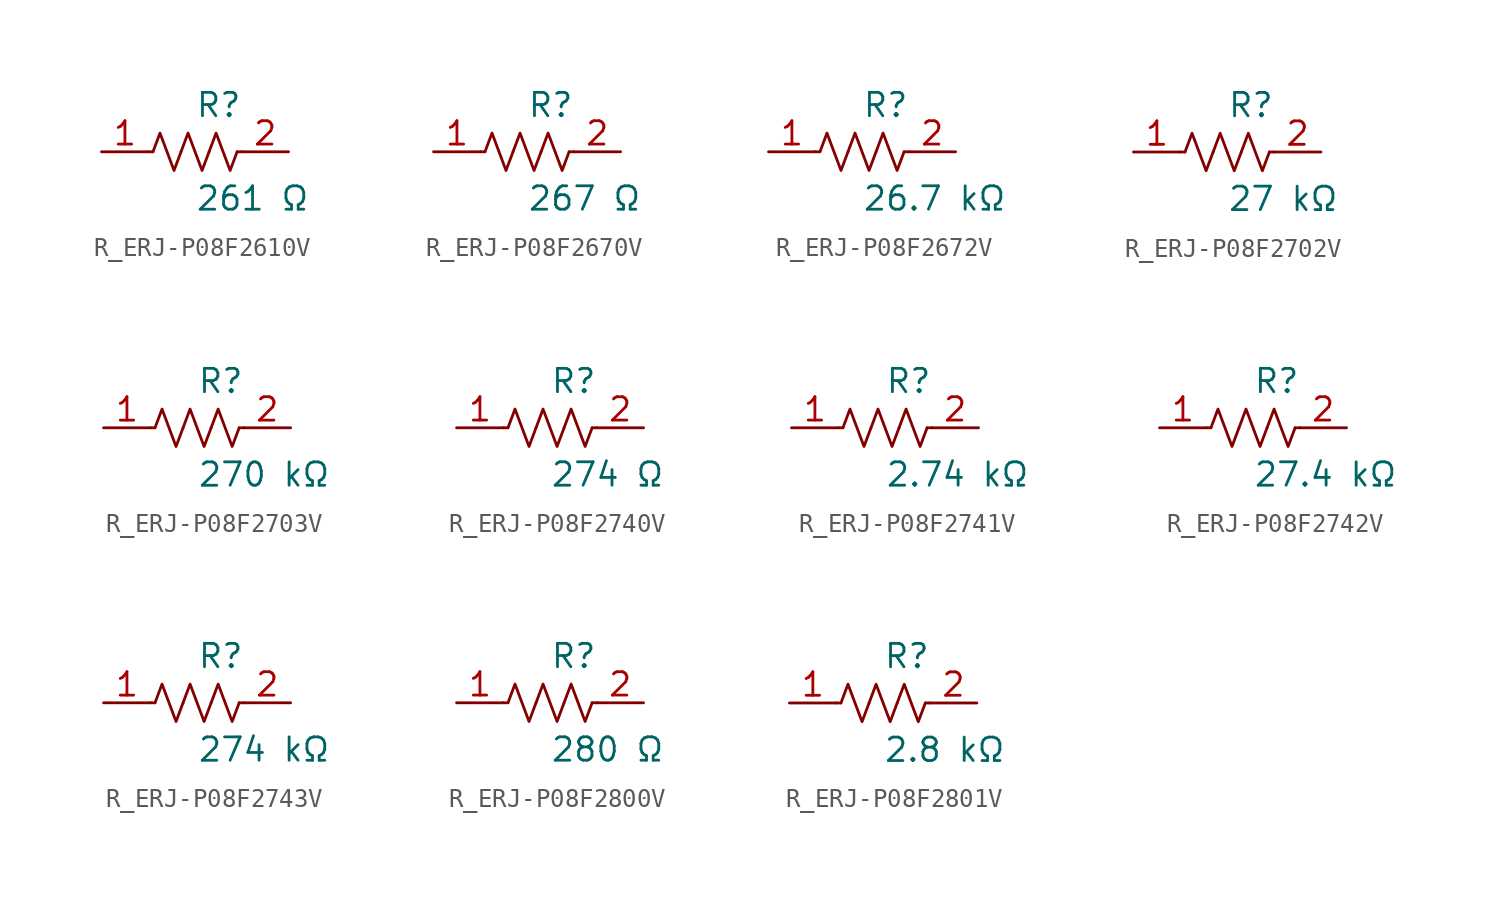
<source format=kicad_sym>
(kicad_symbol_lib
  (version 20231120)
  (generator kicad_symbol_editor)
  (generator_version 8.0)
  (symbol "R_ERJ-P08F2610V"
    (pin_names
      (offset 0.254))
    (property "Reference" "R"
      (at 0.0 2.54 0)
      (effects (font (size 1.27 1.27)) (justify left)))
    (property "Value" "261 Ω"
      (at 0.0 -2.54 0)
      (effects (font (size 1.27 1.27)) (justify left)))
    (symbol "R_ERJ-P08F2610V_0_1"
      (polyline (pts (xy 2.286 0) (xy 2.54 0)) (stroke (width 0) (type default)) (fill (type none)))
      (polyline (pts (xy -2.286 0) (xy -2.54 0)) (stroke (width 0) (type default)) (fill (type none)))
      (polyline (pts (xy 0.762 0) (xy 1.143 1.016) (xy 1.524 0) (xy 1.905 -1.016) (xy 2.286 0)) (stroke (width 0) (type default)) (fill (type none)))
      (polyline (pts (xy -0.762 0) (xy -0.381 1.016) (xy 0 0) (xy 0.381 -1.016) (xy 0.762 0)) (stroke (width 0) (type default)) (fill (type none)))
      (polyline (pts (xy -2.286 0) (xy -1.905 1.016) (xy -1.524 0) (xy -1.143 -1.016) (xy -0.762 0)) (stroke (width 0) (type default)) (fill (type none))))
    (pin unspecified line
      (at -5.08 0 0)
      (length 2.54)
      (name "" (effects (font (size 1.27 1.27))))
      (number "1" (effects (font (size 1.27 1.27)))))
    (pin unspecified line
      (at 5.08 0 180)
      (length 2.54)
      (name "" (effects (font (size 1.27 1.27))))
      (number "2" (effects (font (size 1.27 1.27))))))
  (symbol "R_ERJ-P08F2670V"
    (pin_names
      (offset 0.254))
    (property "Reference" "R"
      (at 0.0 2.54 0)
      (effects (font (size 1.27 1.27)) (justify left)))
    (property "Value" "267 Ω"
      (at 0.0 -2.54 0)
      (effects (font (size 1.27 1.27)) (justify left)))
    (symbol "R_ERJ-P08F2670V_0_1"
      (polyline (pts (xy 2.286 0) (xy 2.54 0)) (stroke (width 0) (type default)) (fill (type none)))
      (polyline (pts (xy -2.286 0) (xy -2.54 0)) (stroke (width 0) (type default)) (fill (type none)))
      (polyline (pts (xy 0.762 0) (xy 1.143 1.016) (xy 1.524 0) (xy 1.905 -1.016) (xy 2.286 0)) (stroke (width 0) (type default)) (fill (type none)))
      (polyline (pts (xy -0.762 0) (xy -0.381 1.016) (xy 0 0) (xy 0.381 -1.016) (xy 0.762 0)) (stroke (width 0) (type default)) (fill (type none)))
      (polyline (pts (xy -2.286 0) (xy -1.905 1.016) (xy -1.524 0) (xy -1.143 -1.016) (xy -0.762 0)) (stroke (width 0) (type default)) (fill (type none))))
    (pin unspecified line
      (at -5.08 0 0)
      (length 2.54)
      (name "" (effects (font (size 1.27 1.27))))
      (number "1" (effects (font (size 1.27 1.27)))))
    (pin unspecified line
      (at 5.08 0 180)
      (length 2.54)
      (name "" (effects (font (size 1.27 1.27))))
      (number "2" (effects (font (size 1.27 1.27))))))
  (symbol "R_ERJ-P08F2672V"
    (pin_names
      (offset 0.254))
    (property "Reference" "R"
      (at 0.0 2.54 0)
      (effects (font (size 1.27 1.27)) (justify left)))
    (property "Value" "26.7 kΩ"
      (at 0.0 -2.54 0)
      (effects (font (size 1.27 1.27)) (justify left)))
    (symbol "R_ERJ-P08F2672V_0_1"
      (polyline (pts (xy 2.286 0) (xy 2.54 0)) (stroke (width 0) (type default)) (fill (type none)))
      (polyline (pts (xy -2.286 0) (xy -2.54 0)) (stroke (width 0) (type default)) (fill (type none)))
      (polyline (pts (xy 0.762 0) (xy 1.143 1.016) (xy 1.524 0) (xy 1.905 -1.016) (xy 2.286 0)) (stroke (width 0) (type default)) (fill (type none)))
      (polyline (pts (xy -0.762 0) (xy -0.381 1.016) (xy 0 0) (xy 0.381 -1.016) (xy 0.762 0)) (stroke (width 0) (type default)) (fill (type none)))
      (polyline (pts (xy -2.286 0) (xy -1.905 1.016) (xy -1.524 0) (xy -1.143 -1.016) (xy -0.762 0)) (stroke (width 0) (type default)) (fill (type none))))
    (pin unspecified line
      (at -5.08 0 0)
      (length 2.54)
      (name "" (effects (font (size 1.27 1.27))))
      (number "1" (effects (font (size 1.27 1.27)))))
    (pin unspecified line
      (at 5.08 0 180)
      (length 2.54)
      (name "" (effects (font (size 1.27 1.27))))
      (number "2" (effects (font (size 1.27 1.27))))))
  (symbol "R_ERJ-P08F2702V"
    (pin_names
      (offset 0.254))
    (property "Reference" "R"
      (at 0.0 2.54 0)
      (effects (font (size 1.27 1.27)) (justify left)))
    (property "Value" "27 kΩ"
      (at 0.0 -2.54 0)
      (effects (font (size 1.27 1.27)) (justify left)))
    (symbol "R_ERJ-P08F2702V_0_1"
      (polyline (pts (xy 2.286 0) (xy 2.54 0)) (stroke (width 0) (type default)) (fill (type none)))
      (polyline (pts (xy -2.286 0) (xy -2.54 0)) (stroke (width 0) (type default)) (fill (type none)))
      (polyline (pts (xy 0.762 0) (xy 1.143 1.016) (xy 1.524 0) (xy 1.905 -1.016) (xy 2.286 0)) (stroke (width 0) (type default)) (fill (type none)))
      (polyline (pts (xy -0.762 0) (xy -0.381 1.016) (xy 0 0) (xy 0.381 -1.016) (xy 0.762 0)) (stroke (width 0) (type default)) (fill (type none)))
      (polyline (pts (xy -2.286 0) (xy -1.905 1.016) (xy -1.524 0) (xy -1.143 -1.016) (xy -0.762 0)) (stroke (width 0) (type default)) (fill (type none))))
    (pin unspecified line
      (at -5.08 0 0)
      (length 2.54)
      (name "" (effects (font (size 1.27 1.27))))
      (number "1" (effects (font (size 1.27 1.27)))))
    (pin unspecified line
      (at 5.08 0 180)
      (length 2.54)
      (name "" (effects (font (size 1.27 1.27))))
      (number "2" (effects (font (size 1.27 1.27))))))
  (symbol "R_ERJ-P08F2703V"
    (pin_names
      (offset 0.254))
    (property "Reference" "R"
      (at 0.0 2.54 0)
      (effects (font (size 1.27 1.27)) (justify left)))
    (property "Value" "270 kΩ"
      (at 0.0 -2.54 0)
      (effects (font (size 1.27 1.27)) (justify left)))
    (symbol "R_ERJ-P08F2703V_0_1"
      (polyline (pts (xy 2.286 0) (xy 2.54 0)) (stroke (width 0) (type default)) (fill (type none)))
      (polyline (pts (xy -2.286 0) (xy -2.54 0)) (stroke (width 0) (type default)) (fill (type none)))
      (polyline (pts (xy 0.762 0) (xy 1.143 1.016) (xy 1.524 0) (xy 1.905 -1.016) (xy 2.286 0)) (stroke (width 0) (type default)) (fill (type none)))
      (polyline (pts (xy -0.762 0) (xy -0.381 1.016) (xy 0 0) (xy 0.381 -1.016) (xy 0.762 0)) (stroke (width 0) (type default)) (fill (type none)))
      (polyline (pts (xy -2.286 0) (xy -1.905 1.016) (xy -1.524 0) (xy -1.143 -1.016) (xy -0.762 0)) (stroke (width 0) (type default)) (fill (type none))))
    (pin unspecified line
      (at -5.08 0 0)
      (length 2.54)
      (name "" (effects (font (size 1.27 1.27))))
      (number "1" (effects (font (size 1.27 1.27)))))
    (pin unspecified line
      (at 5.08 0 180)
      (length 2.54)
      (name "" (effects (font (size 1.27 1.27))))
      (number "2" (effects (font (size 1.27 1.27))))))
  (symbol "R_ERJ-P08F2740V"
    (pin_names
      (offset 0.254))
    (property "Reference" "R"
      (at 0.0 2.54 0)
      (effects (font (size 1.27 1.27)) (justify left)))
    (property "Value" "274 Ω"
      (at 0.0 -2.54 0)
      (effects (font (size 1.27 1.27)) (justify left)))
    (symbol "R_ERJ-P08F2740V_0_1"
      (polyline (pts (xy 2.286 0) (xy 2.54 0)) (stroke (width 0) (type default)) (fill (type none)))
      (polyline (pts (xy -2.286 0) (xy -2.54 0)) (stroke (width 0) (type default)) (fill (type none)))
      (polyline (pts (xy 0.762 0) (xy 1.143 1.016) (xy 1.524 0) (xy 1.905 -1.016) (xy 2.286 0)) (stroke (width 0) (type default)) (fill (type none)))
      (polyline (pts (xy -0.762 0) (xy -0.381 1.016) (xy 0 0) (xy 0.381 -1.016) (xy 0.762 0)) (stroke (width 0) (type default)) (fill (type none)))
      (polyline (pts (xy -2.286 0) (xy -1.905 1.016) (xy -1.524 0) (xy -1.143 -1.016) (xy -0.762 0)) (stroke (width 0) (type default)) (fill (type none))))
    (pin unspecified line
      (at -5.08 0 0)
      (length 2.54)
      (name "" (effects (font (size 1.27 1.27))))
      (number "1" (effects (font (size 1.27 1.27)))))
    (pin unspecified line
      (at 5.08 0 180)
      (length 2.54)
      (name "" (effects (font (size 1.27 1.27))))
      (number "2" (effects (font (size 1.27 1.27))))))
  (symbol "R_ERJ-P08F2741V"
    (pin_names
      (offset 0.254))
    (property "Reference" "R"
      (at 0.0 2.54 0)
      (effects (font (size 1.27 1.27)) (justify left)))
    (property "Value" "2.74 kΩ"
      (at 0.0 -2.54 0)
      (effects (font (size 1.27 1.27)) (justify left)))
    (symbol "R_ERJ-P08F2741V_0_1"
      (polyline (pts (xy 2.286 0) (xy 2.54 0)) (stroke (width 0) (type default)) (fill (type none)))
      (polyline (pts (xy -2.286 0) (xy -2.54 0)) (stroke (width 0) (type default)) (fill (type none)))
      (polyline (pts (xy 0.762 0) (xy 1.143 1.016) (xy 1.524 0) (xy 1.905 -1.016) (xy 2.286 0)) (stroke (width 0) (type default)) (fill (type none)))
      (polyline (pts (xy -0.762 0) (xy -0.381 1.016) (xy 0 0) (xy 0.381 -1.016) (xy 0.762 0)) (stroke (width 0) (type default)) (fill (type none)))
      (polyline (pts (xy -2.286 0) (xy -1.905 1.016) (xy -1.524 0) (xy -1.143 -1.016) (xy -0.762 0)) (stroke (width 0) (type default)) (fill (type none))))
    (pin unspecified line
      (at -5.08 0 0)
      (length 2.54)
      (name "" (effects (font (size 1.27 1.27))))
      (number "1" (effects (font (size 1.27 1.27)))))
    (pin unspecified line
      (at 5.08 0 180)
      (length 2.54)
      (name "" (effects (font (size 1.27 1.27))))
      (number "2" (effects (font (size 1.27 1.27))))))
  (symbol "R_ERJ-P08F2742V"
    (pin_names
      (offset 0.254))
    (property "Reference" "R"
      (at 0.0 2.54 0)
      (effects (font (size 1.27 1.27)) (justify left)))
    (property "Value" "27.4 kΩ"
      (at 0.0 -2.54 0)
      (effects (font (size 1.27 1.27)) (justify left)))
    (symbol "R_ERJ-P08F2742V_0_1"
      (polyline (pts (xy 2.286 0) (xy 2.54 0)) (stroke (width 0) (type default)) (fill (type none)))
      (polyline (pts (xy -2.286 0) (xy -2.54 0)) (stroke (width 0) (type default)) (fill (type none)))
      (polyline (pts (xy 0.762 0) (xy 1.143 1.016) (xy 1.524 0) (xy 1.905 -1.016) (xy 2.286 0)) (stroke (width 0) (type default)) (fill (type none)))
      (polyline (pts (xy -0.762 0) (xy -0.381 1.016) (xy 0 0) (xy 0.381 -1.016) (xy 0.762 0)) (stroke (width 0) (type default)) (fill (type none)))
      (polyline (pts (xy -2.286 0) (xy -1.905 1.016) (xy -1.524 0) (xy -1.143 -1.016) (xy -0.762 0)) (stroke (width 0) (type default)) (fill (type none))))
    (pin unspecified line
      (at -5.08 0 0)
      (length 2.54)
      (name "" (effects (font (size 1.27 1.27))))
      (number "1" (effects (font (size 1.27 1.27)))))
    (pin unspecified line
      (at 5.08 0 180)
      (length 2.54)
      (name "" (effects (font (size 1.27 1.27))))
      (number "2" (effects (font (size 1.27 1.27))))))
  (symbol "R_ERJ-P08F2743V"
    (pin_names
      (offset 0.254))
    (property "Reference" "R"
      (at 0.0 2.54 0)
      (effects (font (size 1.27 1.27)) (justify left)))
    (property "Value" "274 kΩ"
      (at 0.0 -2.54 0)
      (effects (font (size 1.27 1.27)) (justify left)))
    (symbol "R_ERJ-P08F2743V_0_1"
      (polyline (pts (xy 2.286 0) (xy 2.54 0)) (stroke (width 0) (type default)) (fill (type none)))
      (polyline (pts (xy -2.286 0) (xy -2.54 0)) (stroke (width 0) (type default)) (fill (type none)))
      (polyline (pts (xy 0.762 0) (xy 1.143 1.016) (xy 1.524 0) (xy 1.905 -1.016) (xy 2.286 0)) (stroke (width 0) (type default)) (fill (type none)))
      (polyline (pts (xy -0.762 0) (xy -0.381 1.016) (xy 0 0) (xy 0.381 -1.016) (xy 0.762 0)) (stroke (width 0) (type default)) (fill (type none)))
      (polyline (pts (xy -2.286 0) (xy -1.905 1.016) (xy -1.524 0) (xy -1.143 -1.016) (xy -0.762 0)) (stroke (width 0) (type default)) (fill (type none))))
    (pin unspecified line
      (at -5.08 0 0)
      (length 2.54)
      (name "" (effects (font (size 1.27 1.27))))
      (number "1" (effects (font (size 1.27 1.27)))))
    (pin unspecified line
      (at 5.08 0 180)
      (length 2.54)
      (name "" (effects (font (size 1.27 1.27))))
      (number "2" (effects (font (size 1.27 1.27))))))
  (symbol "R_ERJ-P08F2800V"
    (pin_names
      (offset 0.254))
    (property "Reference" "R"
      (at 0.0 2.54 0)
      (effects (font (size 1.27 1.27)) (justify left)))
    (property "Value" "280 Ω"
      (at 0.0 -2.54 0)
      (effects (font (size 1.27 1.27)) (justify left)))
    (symbol "R_ERJ-P08F2800V_0_1"
      (polyline (pts (xy 2.286 0) (xy 2.54 0)) (stroke (width 0) (type default)) (fill (type none)))
      (polyline (pts (xy -2.286 0) (xy -2.54 0)) (stroke (width 0) (type default)) (fill (type none)))
      (polyline (pts (xy 0.762 0) (xy 1.143 1.016) (xy 1.524 0) (xy 1.905 -1.016) (xy 2.286 0)) (stroke (width 0) (type default)) (fill (type none)))
      (polyline (pts (xy -0.762 0) (xy -0.381 1.016) (xy 0 0) (xy 0.381 -1.016) (xy 0.762 0)) (stroke (width 0) (type default)) (fill (type none)))
      (polyline (pts (xy -2.286 0) (xy -1.905 1.016) (xy -1.524 0) (xy -1.143 -1.016) (xy -0.762 0)) (stroke (width 0) (type default)) (fill (type none))))
    (pin unspecified line
      (at -5.08 0 0)
      (length 2.54)
      (name "" (effects (font (size 1.27 1.27))))
      (number "1" (effects (font (size 1.27 1.27)))))
    (pin unspecified line
      (at 5.08 0 180)
      (length 2.54)
      (name "" (effects (font (size 1.27 1.27))))
      (number "2" (effects (font (size 1.27 1.27))))))
  (symbol "R_ERJ-P08F2801V"
    (pin_names
      (offset 0.254))
    (property "Reference" "R"
      (at 0.0 2.54 0)
      (effects (font (size 1.27 1.27)) (justify left)))
    (property "Value" "2.8 kΩ"
      (at 0.0 -2.54 0)
      (effects (font (size 1.27 1.27)) (justify left)))
    (symbol "R_ERJ-P08F2801V_0_1"
      (polyline (pts (xy 2.286 0) (xy 2.54 0)) (stroke (width 0) (type default)) (fill (type none)))
      (polyline (pts (xy -2.286 0) (xy -2.54 0)) (stroke (width 0) (type default)) (fill (type none)))
      (polyline (pts (xy 0.762 0) (xy 1.143 1.016) (xy 1.524 0) (xy 1.905 -1.016) (xy 2.286 0)) (stroke (width 0) (type default)) (fill (type none)))
      (polyline (pts (xy -0.762 0) (xy -0.381 1.016) (xy 0 0) (xy 0.381 -1.016) (xy 0.762 0)) (stroke (width 0) (type default)) (fill (type none)))
      (polyline (pts (xy -2.286 0) (xy -1.905 1.016) (xy -1.524 0) (xy -1.143 -1.016) (xy -0.762 0)) (stroke (width 0) (type default)) (fill (type none))))
    (pin unspecified line
      (at -5.08 0 0)
      (length 2.54)
      (name "" (effects (font (size 1.27 1.27))))
      (number "1" (effects (font (size 1.27 1.27)))))
    (pin unspecified line
      (at 5.08 0 180)
      (length 2.54)
      (name "" (effects (font (size 1.27 1.27))))
      (number "2" (effects (font (size 1.27 1.27)))))))
</source>
